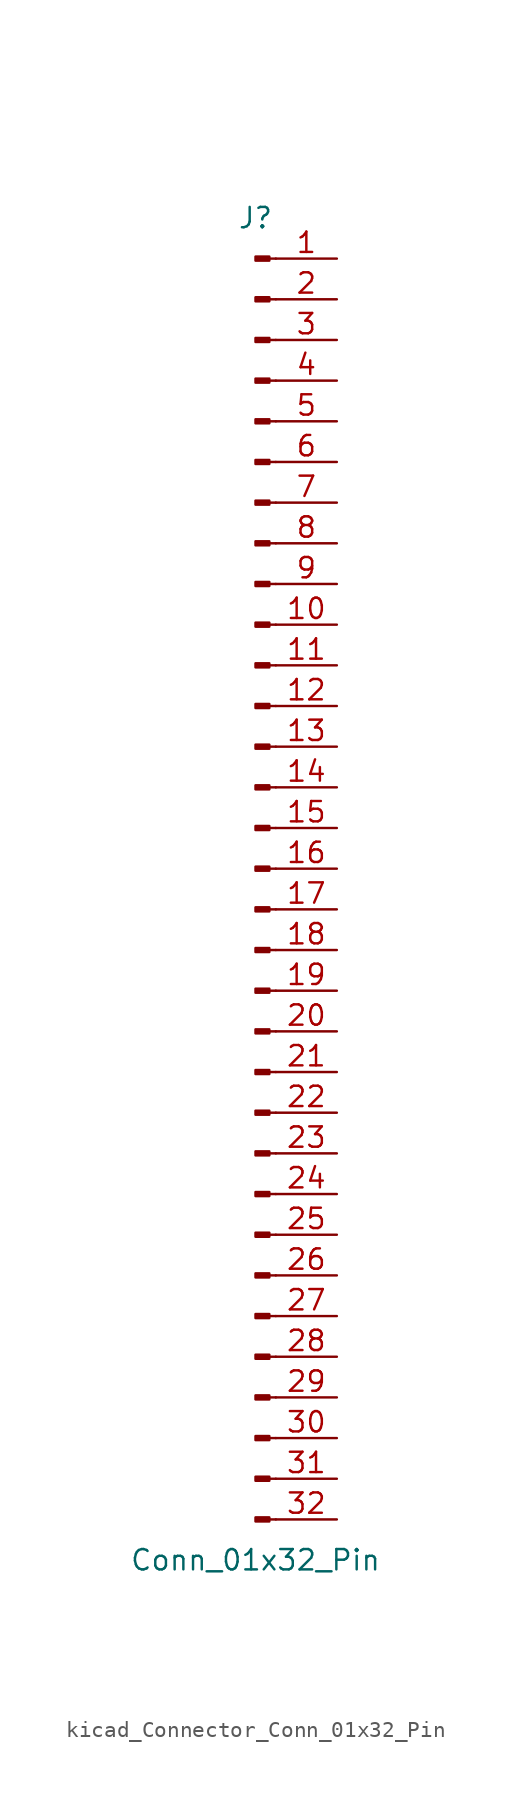
<source format=kicad_sym>
(kicad_symbol_lib
  (version 20220914)
  (generator kicad_symbol_editor)
  (symbol "kicad_Connector_Conn_01x32_Pin"
    (pin_names
      (offset 1.016) hide)
    (property "Reference" "J"
      (at 0 40.64 0)
      (effects (font (size 1.27 1.27))))
    (property "Value" "Conn_01x32_Pin"
      (at 0 -43.18 0)
      (effects (font (size 1.27 1.27))))
    (property "ki_locked" ""
      (at 0 0 0)
      (effects (font (size 1.27 1.27))))
    (symbol "kicad_Connector_Conn_01x32_Pin_1_1"
      (polyline (pts (xy 1.27 -40.64) (xy 0.864 -40.64)) (stroke (width 0.152) (type default)) (fill (type none)))
      (polyline (pts (xy 1.27 -38.1) (xy 0.864 -38.1)) (stroke (width 0.152) (type default)) (fill (type none)))
      (polyline (pts (xy 1.27 -35.56) (xy 0.864 -35.56)) (stroke (width 0.152) (type default)) (fill (type none)))
      (polyline (pts (xy 1.27 -33.02) (xy 0.864 -33.02)) (stroke (width 0.152) (type default)) (fill (type none)))
      (polyline (pts (xy 1.27 -30.48) (xy 0.864 -30.48)) (stroke (width 0.152) (type default)) (fill (type none)))
      (polyline (pts (xy 1.27 -27.94) (xy 0.864 -27.94)) (stroke (width 0.152) (type default)) (fill (type none)))
      (polyline (pts (xy 1.27 -25.4) (xy 0.864 -25.4)) (stroke (width 0.152) (type default)) (fill (type none)))
      (polyline (pts (xy 1.27 -22.86) (xy 0.864 -22.86)) (stroke (width 0.152) (type default)) (fill (type none)))
      (polyline (pts (xy 1.27 -20.32) (xy 0.864 -20.32)) (stroke (width 0.152) (type default)) (fill (type none)))
      (polyline (pts (xy 1.27 -17.78) (xy 0.864 -17.78)) (stroke (width 0.152) (type default)) (fill (type none)))
      (polyline (pts (xy 1.27 -15.24) (xy 0.864 -15.24)) (stroke (width 0.152) (type default)) (fill (type none)))
      (polyline (pts (xy 1.27 -12.7) (xy 0.864 -12.7)) (stroke (width 0.152) (type default)) (fill (type none)))
      (polyline (pts (xy 1.27 -10.16) (xy 0.864 -10.16)) (stroke (width 0.152) (type default)) (fill (type none)))
      (polyline (pts (xy 1.27 -7.62) (xy 0.864 -7.62)) (stroke (width 0.152) (type default)) (fill (type none)))
      (polyline (pts (xy 1.27 -5.08) (xy 0.864 -5.08)) (stroke (width 0.152) (type default)) (fill (type none)))
      (polyline (pts (xy 1.27 -2.54) (xy 0.864 -2.54)) (stroke (width 0.152) (type default)) (fill (type none)))
      (polyline (pts (xy 1.27 0) (xy 0.864 0)) (stroke (width 0.152) (type default)) (fill (type none)))
      (polyline (pts (xy 1.27 2.54) (xy 0.864 2.54)) (stroke (width 0.152) (type default)) (fill (type none)))
      (polyline (pts (xy 1.27 5.08) (xy 0.864 5.08)) (stroke (width 0.152) (type default)) (fill (type none)))
      (polyline (pts (xy 1.27 7.62) (xy 0.864 7.62)) (stroke (width 0.152) (type default)) (fill (type none)))
      (polyline (pts (xy 1.27 10.16) (xy 0.864 10.16)) (stroke (width 0.152) (type default)) (fill (type none)))
      (polyline (pts (xy 1.27 12.7) (xy 0.864 12.7)) (stroke (width 0.152) (type default)) (fill (type none)))
      (polyline (pts (xy 1.27 15.24) (xy 0.864 15.24)) (stroke (width 0.152) (type default)) (fill (type none)))
      (polyline (pts (xy 1.27 17.78) (xy 0.864 17.78)) (stroke (width 0.152) (type default)) (fill (type none)))
      (polyline (pts (xy 1.27 20.32) (xy 0.864 20.32)) (stroke (width 0.152) (type default)) (fill (type none)))
      (polyline (pts (xy 1.27 22.86) (xy 0.864 22.86)) (stroke (width 0.152) (type default)) (fill (type none)))
      (polyline (pts (xy 1.27 25.4) (xy 0.864 25.4)) (stroke (width 0.152) (type default)) (fill (type none)))
      (polyline (pts (xy 1.27 27.94) (xy 0.864 27.94)) (stroke (width 0.152) (type default)) (fill (type none)))
      (polyline (pts (xy 1.27 30.48) (xy 0.864 30.48)) (stroke (width 0.152) (type default)) (fill (type none)))
      (polyline (pts (xy 1.27 33.02) (xy 0.864 33.02)) (stroke (width 0.152) (type default)) (fill (type none)))
      (polyline (pts (xy 1.27 35.56) (xy 0.864 35.56)) (stroke (width 0.152) (type default)) (fill (type none)))
      (polyline (pts (xy 1.27 38.1) (xy 0.864 38.1)) (stroke (width 0.152) (type default)) (fill (type none)))
      (rectangle (start 0.864 -40.513) (end 0 -40.767) (stroke (width 0.152) (type default)) (fill (type outline)))
      (rectangle (start 0.864 -37.973) (end 0 -38.227) (stroke (width 0.152) (type default)) (fill (type outline)))
      (rectangle (start 0.864 -35.433) (end 0 -35.687) (stroke (width 0.152) (type default)) (fill (type outline)))
      (rectangle (start 0.864 -32.893) (end 0 -33.147) (stroke (width 0.152) (type default)) (fill (type outline)))
      (rectangle (start 0.864 -30.353) (end 0 -30.607) (stroke (width 0.152) (type default)) (fill (type outline)))
      (rectangle (start 0.864 -27.813) (end 0 -28.067) (stroke (width 0.152) (type default)) (fill (type outline)))
      (rectangle (start 0.864 -25.273) (end 0 -25.527) (stroke (width 0.152) (type default)) (fill (type outline)))
      (rectangle (start 0.864 -22.733) (end 0 -22.987) (stroke (width 0.152) (type default)) (fill (type outline)))
      (rectangle (start 0.864 -20.193) (end 0 -20.447) (stroke (width 0.152) (type default)) (fill (type outline)))
      (rectangle (start 0.864 -17.653) (end 0 -17.907) (stroke (width 0.152) (type default)) (fill (type outline)))
      (rectangle (start 0.864 -15.113) (end 0 -15.367) (stroke (width 0.152) (type default)) (fill (type outline)))
      (rectangle (start 0.864 -12.573) (end 0 -12.827) (stroke (width 0.152) (type default)) (fill (type outline)))
      (rectangle (start 0.864 -10.033) (end 0 -10.287) (stroke (width 0.152) (type default)) (fill (type outline)))
      (rectangle (start 0.864 -7.493) (end 0 -7.747) (stroke (width 0.152) (type default)) (fill (type outline)))
      (rectangle (start 0.864 -4.953) (end 0 -5.207) (stroke (width 0.152) (type default)) (fill (type outline)))
      (rectangle (start 0.864 -2.413) (end 0 -2.667) (stroke (width 0.152) (type default)) (fill (type outline)))
      (rectangle (start 0.864 0.127) (end 0 -0.127) (stroke (width 0.152) (type default)) (fill (type outline)))
      (rectangle (start 0.864 2.667) (end 0 2.413) (stroke (width 0.152) (type default)) (fill (type outline)))
      (rectangle (start 0.864 5.207) (end 0 4.953) (stroke (width 0.152) (type default)) (fill (type outline)))
      (rectangle (start 0.864 7.747) (end 0 7.493) (stroke (width 0.152) (type default)) (fill (type outline)))
      (rectangle (start 0.864 10.287) (end 0 10.033) (stroke (width 0.152) (type default)) (fill (type outline)))
      (rectangle (start 0.864 12.827) (end 0 12.573) (stroke (width 0.152) (type default)) (fill (type outline)))
      (rectangle (start 0.864 15.367) (end 0 15.113) (stroke (width 0.152) (type default)) (fill (type outline)))
      (rectangle (start 0.864 17.907) (end 0 17.653) (stroke (width 0.152) (type default)) (fill (type outline)))
      (rectangle (start 0.864 20.447) (end 0 20.193) (stroke (width 0.152) (type default)) (fill (type outline)))
      (rectangle (start 0.864 22.987) (end 0 22.733) (stroke (width 0.152) (type default)) (fill (type outline)))
      (rectangle (start 0.864 25.527) (end 0 25.273) (stroke (width 0.152) (type default)) (fill (type outline)))
      (rectangle (start 0.864 28.067) (end 0 27.813) (stroke (width 0.152) (type default)) (fill (type outline)))
      (rectangle (start 0.864 30.607) (end 0 30.353) (stroke (width 0.152) (type default)) (fill (type outline)))
      (rectangle (start 0.864 33.147) (end 0 32.893) (stroke (width 0.152) (type default)) (fill (type outline)))
      (rectangle (start 0.864 35.687) (end 0 35.433) (stroke (width 0.152) (type default)) (fill (type outline)))
      (rectangle (start 0.864 38.227) (end 0 37.973) (stroke (width 0.152) (type default)) (fill (type outline)))
      (pin passive line (at 5.08 38.1 180) (length 3.81) (name "Pin_1" (effects (font (size 1.27 1.27)))) (number "1" (effects (font (size 1.27 1.27)))))
      (pin passive line (at 5.08 15.24 180) (length 3.81) (name "Pin_10" (effects (font (size 1.27 1.27)))) (number "10" (effects (font (size 1.27 1.27)))))
      (pin passive line (at 5.08 12.7 180) (length 3.81) (name "Pin_11" (effects (font (size 1.27 1.27)))) (number "11" (effects (font (size 1.27 1.27)))))
      (pin passive line (at 5.08 10.16 180) (length 3.81) (name "Pin_12" (effects (font (size 1.27 1.27)))) (number "12" (effects (font (size 1.27 1.27)))))
      (pin passive line (at 5.08 7.62 180) (length 3.81) (name "Pin_13" (effects (font (size 1.27 1.27)))) (number "13" (effects (font (size 1.27 1.27)))))
      (pin passive line (at 5.08 5.08 180) (length 3.81) (name "Pin_14" (effects (font (size 1.27 1.27)))) (number "14" (effects (font (size 1.27 1.27)))))
      (pin passive line (at 5.08 2.54 180) (length 3.81) (name "Pin_15" (effects (font (size 1.27 1.27)))) (number "15" (effects (font (size 1.27 1.27)))))
      (pin passive line (at 5.08 0 180) (length 3.81) (name "Pin_16" (effects (font (size 1.27 1.27)))) (number "16" (effects (font (size 1.27 1.27)))))
      (pin passive line (at 5.08 -2.54 180) (length 3.81) (name "Pin_17" (effects (font (size 1.27 1.27)))) (number "17" (effects (font (size 1.27 1.27)))))
      (pin passive line (at 5.08 -5.08 180) (length 3.81) (name "Pin_18" (effects (font (size 1.27 1.27)))) (number "18" (effects (font (size 1.27 1.27)))))
      (pin passive line (at 5.08 -7.62 180) (length 3.81) (name "Pin_19" (effects (font (size 1.27 1.27)))) (number "19" (effects (font (size 1.27 1.27)))))
      (pin passive line (at 5.08 35.56 180) (length 3.81) (name "Pin_2" (effects (font (size 1.27 1.27)))) (number "2" (effects (font (size 1.27 1.27)))))
      (pin passive line (at 5.08 -10.16 180) (length 3.81) (name "Pin_20" (effects (font (size 1.27 1.27)))) (number "20" (effects (font (size 1.27 1.27)))))
      (pin passive line (at 5.08 -12.7 180) (length 3.81) (name "Pin_21" (effects (font (size 1.27 1.27)))) (number "21" (effects (font (size 1.27 1.27)))))
      (pin passive line (at 5.08 -15.24 180) (length 3.81) (name "Pin_22" (effects (font (size 1.27 1.27)))) (number "22" (effects (font (size 1.27 1.27)))))
      (pin passive line (at 5.08 -17.78 180) (length 3.81) (name "Pin_23" (effects (font (size 1.27 1.27)))) (number "23" (effects (font (size 1.27 1.27)))))
      (pin passive line (at 5.08 -20.32 180) (length 3.81) (name "Pin_24" (effects (font (size 1.27 1.27)))) (number "24" (effects (font (size 1.27 1.27)))))
      (pin passive line (at 5.08 -22.86 180) (length 3.81) (name "Pin_25" (effects (font (size 1.27 1.27)))) (number "25" (effects (font (size 1.27 1.27)))))
      (pin passive line (at 5.08 -25.4 180) (length 3.81) (name "Pin_26" (effects (font (size 1.27 1.27)))) (number "26" (effects (font (size 1.27 1.27)))))
      (pin passive line (at 5.08 -27.94 180) (length 3.81) (name "Pin_27" (effects (font (size 1.27 1.27)))) (number "27" (effects (font (size 1.27 1.27)))))
      (pin passive line (at 5.08 -30.48 180) (length 3.81) (name "Pin_28" (effects (font (size 1.27 1.27)))) (number "28" (effects (font (size 1.27 1.27)))))
      (pin passive line (at 5.08 -33.02 180) (length 3.81) (name "Pin_29" (effects (font (size 1.27 1.27)))) (number "29" (effects (font (size 1.27 1.27)))))
      (pin passive line (at 5.08 33.02 180) (length 3.81) (name "Pin_3" (effects (font (size 1.27 1.27)))) (number "3" (effects (font (size 1.27 1.27)))))
      (pin passive line (at 5.08 -35.56 180) (length 3.81) (name "Pin_30" (effects (font (size 1.27 1.27)))) (number "30" (effects (font (size 1.27 1.27)))))
      (pin passive line (at 5.08 -38.1 180) (length 3.81) (name "Pin_31" (effects (font (size 1.27 1.27)))) (number "31" (effects (font (size 1.27 1.27)))))
      (pin passive line (at 5.08 -40.64 180) (length 3.81) (name "Pin_32" (effects (font (size 1.27 1.27)))) (number "32" (effects (font (size 1.27 1.27)))))
      (pin passive line (at 5.08 30.48 180) (length 3.81) (name "Pin_4" (effects (font (size 1.27 1.27)))) (number "4" (effects (font (size 1.27 1.27)))))
      (pin passive line (at 5.08 27.94 180) (length 3.81) (name "Pin_5" (effects (font (size 1.27 1.27)))) (number "5" (effects (font (size 1.27 1.27)))))
      (pin passive line (at 5.08 25.4 180) (length 3.81) (name "Pin_6" (effects (font (size 1.27 1.27)))) (number "6" (effects (font (size 1.27 1.27)))))
      (pin passive line (at 5.08 22.86 180) (length 3.81) (name "Pin_7" (effects (font (size 1.27 1.27)))) (number "7" (effects (font (size 1.27 1.27)))))
      (pin passive line (at 5.08 20.32 180) (length 3.81) (name "Pin_8" (effects (font (size 1.27 1.27)))) (number "8" (effects (font (size 1.27 1.27)))))
      (pin passive line (at 5.08 17.78 180) (length 3.81) (name "Pin_9" (effects (font (size 1.27 1.27)))) (number "9" (effects (font (size 1.27 1.27))))))))
</source>
